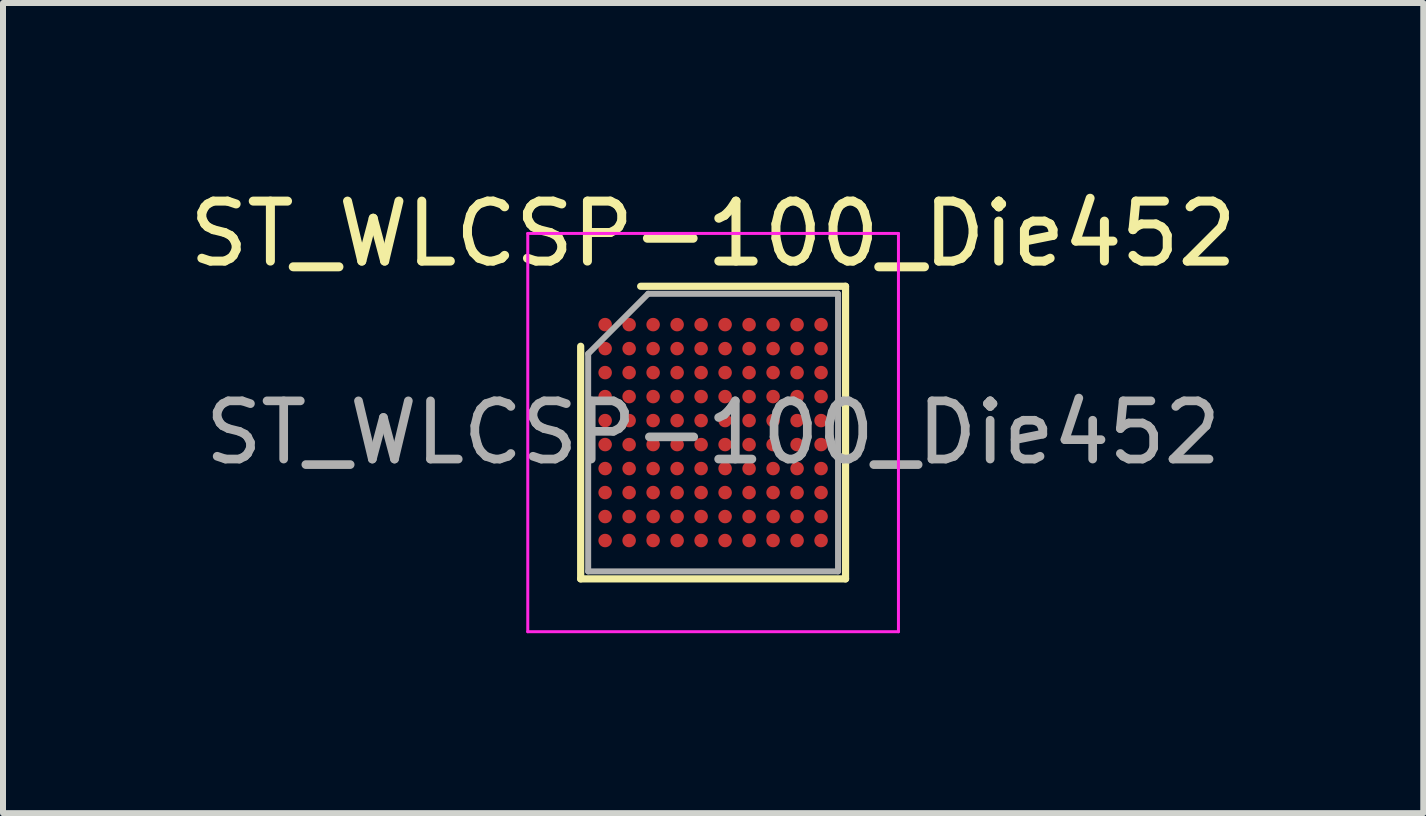
<source format=kicad_pcb>
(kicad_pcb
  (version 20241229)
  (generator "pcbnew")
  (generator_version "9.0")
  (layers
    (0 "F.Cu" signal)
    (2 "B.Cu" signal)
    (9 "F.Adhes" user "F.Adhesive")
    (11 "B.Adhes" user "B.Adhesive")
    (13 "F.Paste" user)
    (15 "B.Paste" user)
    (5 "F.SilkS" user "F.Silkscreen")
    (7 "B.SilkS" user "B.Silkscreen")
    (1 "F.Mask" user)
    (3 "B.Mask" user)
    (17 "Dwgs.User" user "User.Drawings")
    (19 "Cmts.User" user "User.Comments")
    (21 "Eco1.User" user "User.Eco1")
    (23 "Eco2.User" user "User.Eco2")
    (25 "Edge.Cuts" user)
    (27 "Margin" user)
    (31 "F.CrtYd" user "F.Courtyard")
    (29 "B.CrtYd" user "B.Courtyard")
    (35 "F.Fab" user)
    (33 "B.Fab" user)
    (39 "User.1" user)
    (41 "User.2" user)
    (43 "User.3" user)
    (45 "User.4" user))
  (footprint "ST_WLCSP-100_Die452"
    (layer "F.Cu")
    (at 8.839 4.162)
    (property "Reference" "ST_WLCSP-100_Die452" (at 0 -3.314 0) (layer "F.SilkS") (effects (font (size 1 1) (thickness 0.15))))
    (attr smd)
    (fp_line (start -2.208 2.439) (end -2.208 -1.439) (stroke (width 0.12) (type solid)) (layer "F.SilkS"))
    (fp_line (start -1.208 -2.439) (end 2.208 -2.439) (stroke (width 0.12) (type solid)) (layer "F.SilkS"))
    (fp_line (start 2.208 -2.439) (end 2.208 2.439) (stroke (width 0.12) (type solid)) (layer "F.SilkS"))
    (fp_line (start 2.208 2.439) (end -2.208 2.439) (stroke (width 0.12) (type solid)) (layer "F.SilkS"))
    (fp_line (start -3.09 -3.32) (end -3.09 3.32) (stroke (width 0.05) (type solid)) (layer "F.CrtYd"))
    (fp_line (start -3.09 3.32) (end 3.09 3.32) (stroke (width 0.05) (type solid)) (layer "F.CrtYd"))
    (fp_line (start 3.09 -3.32) (end -3.09 -3.32) (stroke (width 0.05) (type solid)) (layer "F.CrtYd"))
    (fp_line (start 3.09 3.32) (end 3.09 -3.32) (stroke (width 0.05) (type solid)) (layer "F.CrtYd"))
    (fp_line (start -2.083 -1.314) (end -1.083 -2.314) (stroke (width 0.1) (type solid)) (layer "F.Fab"))
    (fp_line (start -2.083 2.314) (end -2.083 -1.314) (stroke (width 0.1) (type solid)) (layer "F.Fab"))
    (fp_line (start -1.083 -2.314) (end 2.083 -2.314) (stroke (width 0.1) (type solid)) (layer "F.Fab"))
    (fp_line (start 2.083 -2.314) (end 2.083 2.314) (stroke (width 0.1) (type solid)) (layer "F.Fab"))
    (fp_line (start 2.083 2.314) (end -2.083 2.314) (stroke (width 0.1) (type solid)) (layer "F.Fab"))
    (fp_text user "${REFERENCE}" (at 0 0 0) (layer "F.Fab") (effects (font (size 0.97 0.97) (thickness 0.145))))
    (pad "A1" smd circle (at -1.8 -1.8) (size 0.225 0.225) (layers "F.Cu" "F.Mask" "F.Paste"))
    (pad "A2" smd circle (at -1.4 -1.8) (size 0.225 0.225) (layers "F.Cu" "F.Mask" "F.Paste"))
    (pad "A3" smd circle (at -1 -1.8) (size 0.225 0.225) (layers "F.Cu" "F.Mask" "F.Paste"))
    (pad "A4" smd circle (at -0.6 -1.8) (size 0.225 0.225) (layers "F.Cu" "F.Mask" "F.Paste"))
    (pad "A5" smd circle (at -0.2 -1.8) (size 0.225 0.225) (layers "F.Cu" "F.Mask" "F.Paste"))
    (pad "A6" smd circle (at 0.2 -1.8) (size 0.225 0.225) (layers "F.Cu" "F.Mask" "F.Paste"))
    (pad "A7" smd circle (at 0.6 -1.8) (size 0.225 0.225) (layers "F.Cu" "F.Mask" "F.Paste"))
    (pad "A8" smd circle (at 1 -1.8) (size 0.225 0.225) (layers "F.Cu" "F.Mask" "F.Paste"))
    (pad "A9" smd circle (at 1.4 -1.8) (size 0.225 0.225) (layers "F.Cu" "F.Mask" "F.Paste"))
    (pad "A10" smd circle (at 1.8 -1.8) (size 0.225 0.225) (layers "F.Cu" "F.Mask" "F.Paste"))
    (pad "B1" smd circle (at -1.8 -1.4) (size 0.225 0.225) (layers "F.Cu" "F.Mask" "F.Paste"))
    (pad "B2" smd circle (at -1.4 -1.4) (size 0.225 0.225) (layers "F.Cu" "F.Mask" "F.Paste"))
    (pad "B3" smd circle (at -1 -1.4) (size 0.225 0.225) (layers "F.Cu" "F.Mask" "F.Paste"))
    (pad "B4" smd circle (at -0.6 -1.4) (size 0.225 0.225) (layers "F.Cu" "F.Mask" "F.Paste"))
    (pad "B5" smd circle (at -0.2 -1.4) (size 0.225 0.225) (layers "F.Cu" "F.Mask" "F.Paste"))
    (pad "B6" smd circle (at 0.2 -1.4) (size 0.225 0.225) (layers "F.Cu" "F.Mask" "F.Paste"))
    (pad "B7" smd circle (at 0.6 -1.4) (size 0.225 0.225) (layers "F.Cu" "F.Mask" "F.Paste"))
    (pad "B8" smd circle (at 1 -1.4) (size 0.225 0.225) (layers "F.Cu" "F.Mask" "F.Paste"))
    (pad "B9" smd circle (at 1.4 -1.4) (size 0.225 0.225) (layers "F.Cu" "F.Mask" "F.Paste"))
    (pad "B10" smd circle (at 1.8 -1.4) (size 0.225 0.225) (layers "F.Cu" "F.Mask" "F.Paste"))
    (pad "C1" smd circle (at -1.8 -1) (size 0.225 0.225) (layers "F.Cu" "F.Mask" "F.Paste"))
    (pad "C2" smd circle (at -1.4 -1) (size 0.225 0.225) (layers "F.Cu" "F.Mask" "F.Paste"))
    (pad "C3" smd circle (at -1 -1) (size 0.225 0.225) (layers "F.Cu" "F.Mask" "F.Paste"))
    (pad "C4" smd circle (at -0.6 -1) (size 0.225 0.225) (layers "F.Cu" "F.Mask" "F.Paste"))
    (pad "C5" smd circle (at -0.2 -1) (size 0.225 0.225) (layers "F.Cu" "F.Mask" "F.Paste"))
    (pad "C6" smd circle (at 0.2 -1) (size 0.225 0.225) (layers "F.Cu" "F.Mask" "F.Paste"))
    (pad "C7" smd circle (at 0.6 -1) (size 0.225 0.225) (layers "F.Cu" "F.Mask" "F.Paste"))
    (pad "C8" smd circle (at 1 -1) (size 0.225 0.225) (layers "F.Cu" "F.Mask" "F.Paste"))
    (pad "C9" smd circle (at 1.4 -1) (size 0.225 0.225) (layers "F.Cu" "F.Mask" "F.Paste"))
    (pad "C10" smd circle (at 1.8 -1) (size 0.225 0.225) (layers "F.Cu" "F.Mask" "F.Paste"))
    (pad "D1" smd circle (at -1.8 -0.6) (size 0.225 0.225) (layers "F.Cu" "F.Mask" "F.Paste"))
    (pad "D2" smd circle (at -1.4 -0.6) (size 0.225 0.225) (layers "F.Cu" "F.Mask" "F.Paste"))
    (pad "D3" smd circle (at -1 -0.6) (size 0.225 0.225) (layers "F.Cu" "F.Mask" "F.Paste"))
    (pad "D4" smd circle (at -0.6 -0.6) (size 0.225 0.225) (layers "F.Cu" "F.Mask" "F.Paste"))
    (pad "D5" smd circle (at -0.2 -0.6) (size 0.225 0.225) (layers "F.Cu" "F.Mask" "F.Paste"))
    (pad "D6" smd circle (at 0.2 -0.6) (size 0.225 0.225) (layers "F.Cu" "F.Mask" "F.Paste"))
    (pad "D7" smd circle (at 0.6 -0.6) (size 0.225 0.225) (layers "F.Cu" "F.Mask" "F.Paste"))
    (pad "D8" smd circle (at 1 -0.6) (size 0.225 0.225) (layers "F.Cu" "F.Mask" "F.Paste"))
    (pad "D9" smd circle (at 1.4 -0.6) (size 0.225 0.225) (layers "F.Cu" "F.Mask" "F.Paste"))
    (pad "D10" smd circle (at 1.8 -0.6) (size 0.225 0.225) (layers "F.Cu" "F.Mask" "F.Paste"))
    (pad "E1" smd circle (at -1.8 -0.2) (size 0.225 0.225) (layers "F.Cu" "F.Mask" "F.Paste"))
    (pad "E2" smd circle (at -1.4 -0.2) (size 0.225 0.225) (layers "F.Cu" "F.Mask" "F.Paste"))
    (pad "E3" smd circle (at -1 -0.2) (size 0.225 0.225) (layers "F.Cu" "F.Mask" "F.Paste"))
    (pad "E4" smd circle (at -0.6 -0.2) (size 0.225 0.225) (layers "F.Cu" "F.Mask" "F.Paste"))
    (pad "E5" smd circle (at -0.2 -0.2) (size 0.225 0.225) (layers "F.Cu" "F.Mask" "F.Paste"))
    (pad "E6" smd circle (at 0.2 -0.2) (size 0.225 0.225) (layers "F.Cu" "F.Mask" "F.Paste"))
    (pad "E7" smd circle (at 0.6 -0.2) (size 0.225 0.225) (layers "F.Cu" "F.Mask" "F.Paste"))
    (pad "E8" smd circle (at 1 -0.2) (size 0.225 0.225) (layers "F.Cu" "F.Mask" "F.Paste"))
    (pad "E9" smd circle (at 1.4 -0.2) (size 0.225 0.225) (layers "F.Cu" "F.Mask" "F.Paste"))
    (pad "E10" smd circle (at 1.8 -0.2) (size 0.225 0.225) (layers "F.Cu" "F.Mask" "F.Paste"))
    (pad "F1" smd circle (at -1.8 0.2) (size 0.225 0.225) (layers "F.Cu" "F.Mask" "F.Paste"))
    (pad "F2" smd circle (at -1.4 0.2) (size 0.225 0.225) (layers "F.Cu" "F.Mask" "F.Paste"))
    (pad "F3" smd circle (at -1 0.2) (size 0.225 0.225) (layers "F.Cu" "F.Mask" "F.Paste"))
    (pad "F4" smd circle (at -0.6 0.2) (size 0.225 0.225) (layers "F.Cu" "F.Mask" "F.Paste"))
    (pad "F5" smd circle (at -0.2 0.2) (size 0.225 0.225) (layers "F.Cu" "F.Mask" "F.Paste"))
    (pad "F6" smd circle (at 0.2 0.2) (size 0.225 0.225) (layers "F.Cu" "F.Mask" "F.Paste"))
    (pad "F7" smd circle (at 0.6 0.2) (size 0.225 0.225) (layers "F.Cu" "F.Mask" "F.Paste"))
    (pad "F8" smd circle (at 1 0.2) (size 0.225 0.225) (layers "F.Cu" "F.Mask" "F.Paste"))
    (pad "F9" smd circle (at 1.4 0.2) (size 0.225 0.225) (layers "F.Cu" "F.Mask" "F.Paste"))
    (pad "F10" smd circle (at 1.8 0.2) (size 0.225 0.225) (layers "F.Cu" "F.Mask" "F.Paste"))
    (pad "G1" smd circle (at -1.8 0.6) (size 0.225 0.225) (layers "F.Cu" "F.Mask" "F.Paste"))
    (pad "G2" smd circle (at -1.4 0.6) (size 0.225 0.225) (layers "F.Cu" "F.Mask" "F.Paste"))
    (pad "G3" smd circle (at -1 0.6) (size 0.225 0.225) (layers "F.Cu" "F.Mask" "F.Paste"))
    (pad "G4" smd circle (at -0.6 0.6) (size 0.225 0.225) (layers "F.Cu" "F.Mask" "F.Paste"))
    (pad "G5" smd circle (at -0.2 0.6) (size 0.225 0.225) (layers "F.Cu" "F.Mask" "F.Paste"))
    (pad "G6" smd circle (at 0.2 0.6) (size 0.225 0.225) (layers "F.Cu" "F.Mask" "F.Paste"))
    (pad "G7" smd circle (at 0.6 0.6) (size 0.225 0.225) (layers "F.Cu" "F.Mask" "F.Paste"))
    (pad "G8" smd circle (at 1 0.6) (size 0.225 0.225) (layers "F.Cu" "F.Mask" "F.Paste"))
    (pad "G9" smd circle (at 1.4 0.6) (size 0.225 0.225) (layers "F.Cu" "F.Mask" "F.Paste"))
    (pad "G10" smd circle (at 1.8 0.6) (size 0.225 0.225) (layers "F.Cu" "F.Mask" "F.Paste"))
    (pad "H1" smd circle (at -1.8 1) (size 0.225 0.225) (layers "F.Cu" "F.Mask" "F.Paste"))
    (pad "H2" smd circle (at -1.4 1) (size 0.225 0.225) (layers "F.Cu" "F.Mask" "F.Paste"))
    (pad "H3" smd circle (at -1 1) (size 0.225 0.225) (layers "F.Cu" "F.Mask" "F.Paste"))
    (pad "H4" smd circle (at -0.6 1) (size 0.225 0.225) (layers "F.Cu" "F.Mask" "F.Paste"))
    (pad "H5" smd circle (at -0.2 1) (size 0.225 0.225) (layers "F.Cu" "F.Mask" "F.Paste"))
    (pad "H6" smd circle (at 0.2 1) (size 0.225 0.225) (layers "F.Cu" "F.Mask" "F.Paste"))
    (pad "H7" smd circle (at 0.6 1) (size 0.225 0.225) (layers "F.Cu" "F.Mask" "F.Paste"))
    (pad "H8" smd circle (at 1 1) (size 0.225 0.225) (layers "F.Cu" "F.Mask" "F.Paste"))
    (pad "H9" smd circle (at 1.4 1) (size 0.225 0.225) (layers "F.Cu" "F.Mask" "F.Paste"))
    (pad "H10" smd circle (at 1.8 1) (size 0.225 0.225) (layers "F.Cu" "F.Mask" "F.Paste"))
    (pad "J1" smd circle (at -1.8 1.4) (size 0.225 0.225) (layers "F.Cu" "F.Mask" "F.Paste"))
    (pad "J2" smd circle (at -1.4 1.4) (size 0.225 0.225) (layers "F.Cu" "F.Mask" "F.Paste"))
    (pad "J3" smd circle (at -1 1.4) (size 0.225 0.225) (layers "F.Cu" "F.Mask" "F.Paste"))
    (pad "J4" smd circle (at -0.6 1.4) (size 0.225 0.225) (layers "F.Cu" "F.Mask" "F.Paste"))
    (pad "J5" smd circle (at -0.2 1.4) (size 0.225 0.225) (layers "F.Cu" "F.Mask" "F.Paste"))
    (pad "J6" smd circle (at 0.2 1.4) (size 0.225 0.225) (layers "F.Cu" "F.Mask" "F.Paste"))
    (pad "J7" smd circle (at 0.6 1.4) (size 0.225 0.225) (layers "F.Cu" "F.Mask" "F.Paste"))
    (pad "J8" smd circle (at 1 1.4) (size 0.225 0.225) (layers "F.Cu" "F.Mask" "F.Paste"))
    (pad "J9" smd circle (at 1.4 1.4) (size 0.225 0.225) (layers "F.Cu" "F.Mask" "F.Paste"))
    (pad "J10" smd circle (at 1.8 1.4) (size 0.225 0.225) (layers "F.Cu" "F.Mask" "F.Paste"))
    (pad "K1" smd circle (at -1.8 1.8) (size 0.225 0.225) (layers "F.Cu" "F.Mask" "F.Paste"))
    (pad "K2" smd circle (at -1.4 1.8) (size 0.225 0.225) (layers "F.Cu" "F.Mask" "F.Paste"))
    (pad "K3" smd circle (at -1 1.8) (size 0.225 0.225) (layers "F.Cu" "F.Mask" "F.Paste"))
    (pad "K4" smd circle (at -0.6 1.8) (size 0.225 0.225) (layers "F.Cu" "F.Mask" "F.Paste"))
    (pad "K5" smd circle (at -0.2 1.8) (size 0.225 0.225) (layers "F.Cu" "F.Mask" "F.Paste"))
    (pad "K6" smd circle (at 0.2 1.8) (size 0.225 0.225) (layers "F.Cu" "F.Mask" "F.Paste"))
    (pad "K7" smd circle (at 0.6 1.8) (size 0.225 0.225) (layers "F.Cu" "F.Mask" "F.Paste"))
    (pad "K8" smd circle (at 1 1.8) (size 0.225 0.225) (layers "F.Cu" "F.Mask" "F.Paste"))
    (pad "K9" smd circle (at 1.4 1.8) (size 0.225 0.225) (layers "F.Cu" "F.Mask" "F.Paste"))
    (pad "K10" smd circle (at 1.8 1.8) (size 0.225 0.225) (layers "F.Cu" "F.Mask" "F.Paste")))
  (gr_rect
    (start -3 -3)
    (end 20.679 10.507)
    (stroke (width 0.1) (type default))
    (fill no)
    (layer "Edge.Cuts")))
</source>
